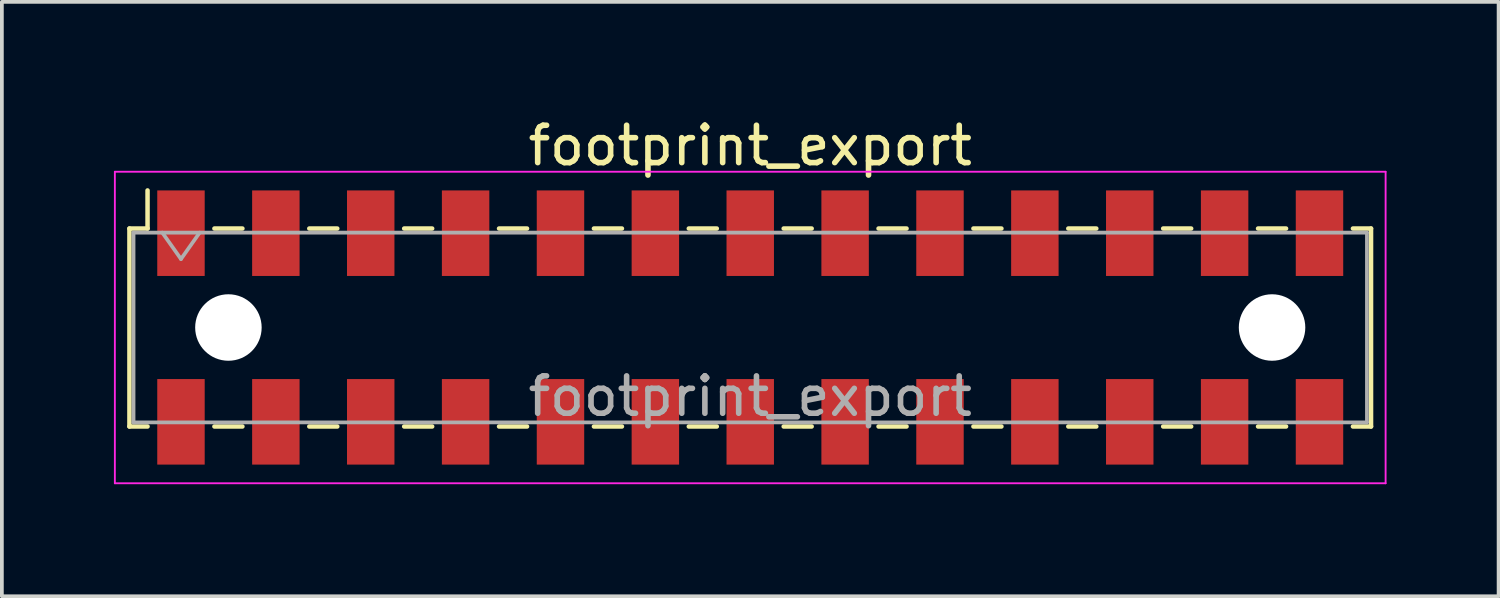
<source format=kicad_pcb>
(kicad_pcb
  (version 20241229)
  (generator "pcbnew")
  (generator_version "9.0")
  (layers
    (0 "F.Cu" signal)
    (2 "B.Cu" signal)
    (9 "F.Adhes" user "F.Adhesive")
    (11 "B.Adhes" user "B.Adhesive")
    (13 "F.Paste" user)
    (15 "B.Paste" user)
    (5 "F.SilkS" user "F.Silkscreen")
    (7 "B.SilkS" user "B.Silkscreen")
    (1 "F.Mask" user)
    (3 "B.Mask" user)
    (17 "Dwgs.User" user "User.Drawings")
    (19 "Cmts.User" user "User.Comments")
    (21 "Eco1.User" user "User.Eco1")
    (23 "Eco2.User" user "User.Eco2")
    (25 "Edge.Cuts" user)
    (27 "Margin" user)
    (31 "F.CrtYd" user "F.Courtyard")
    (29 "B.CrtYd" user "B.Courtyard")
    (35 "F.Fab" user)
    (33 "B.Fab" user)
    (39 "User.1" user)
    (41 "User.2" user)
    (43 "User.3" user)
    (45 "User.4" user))
  (footprint "footprint_export"
    (layer "F.Cu")
    (at 17.035 5.718)
    (property "Reference" "footprint_export" (at 0 -4.87 0) (layer "F.SilkS") (effects (font (size 1 1) (thickness 0.15))))
    (attr smd)
    (fp_line (start -16.62 -2.65) (end -16.62 2.65) (stroke (width 0.12) (type solid)) (layer "F.SilkS"))
    (fp_line (start -16.62 2.65) (end -16.135 2.65) (stroke (width 0.12) (type solid)) (layer "F.SilkS"))
    (fp_line (start -16.135 -3.67) (end -16.135 -2.65) (stroke (width 0.12) (type solid)) (layer "F.SilkS"))
    (fp_line (start -16.135 -2.65) (end -16.62 -2.65) (stroke (width 0.12) (type solid)) (layer "F.SilkS"))
    (fp_line (start -14.345 -2.65) (end -13.595 -2.65) (stroke (width 0.12) (type solid)) (layer "F.SilkS"))
    (fp_line (start -14.345 2.65) (end -13.595 2.65) (stroke (width 0.12) (type solid)) (layer "F.SilkS"))
    (fp_line (start -11.805 -2.65) (end -11.055 -2.65) (stroke (width 0.12) (type solid)) (layer "F.SilkS"))
    (fp_line (start -11.805 2.65) (end -11.055 2.65) (stroke (width 0.12) (type solid)) (layer "F.SilkS"))
    (fp_line (start -9.265 -2.65) (end -8.515 -2.65) (stroke (width 0.12) (type solid)) (layer "F.SilkS"))
    (fp_line (start -9.265 2.65) (end -8.515 2.65) (stroke (width 0.12) (type solid)) (layer "F.SilkS"))
    (fp_line (start -6.725 -2.65) (end -5.975 -2.65) (stroke (width 0.12) (type solid)) (layer "F.SilkS"))
    (fp_line (start -6.725 2.65) (end -5.975 2.65) (stroke (width 0.12) (type solid)) (layer "F.SilkS"))
    (fp_line (start -4.185 -2.65) (end -3.435 -2.65) (stroke (width 0.12) (type solid)) (layer "F.SilkS"))
    (fp_line (start -4.185 2.65) (end -3.435 2.65) (stroke (width 0.12) (type solid)) (layer "F.SilkS"))
    (fp_line (start -1.645 -2.65) (end -0.895 -2.65) (stroke (width 0.12) (type solid)) (layer "F.SilkS"))
    (fp_line (start -1.645 2.65) (end -0.895 2.65) (stroke (width 0.12) (type solid)) (layer "F.SilkS"))
    (fp_line (start 0.895 -2.65) (end 1.645 -2.65) (stroke (width 0.12) (type solid)) (layer "F.SilkS"))
    (fp_line (start 0.895 2.65) (end 1.645 2.65) (stroke (width 0.12) (type solid)) (layer "F.SilkS"))
    (fp_line (start 3.435 -2.65) (end 4.185 -2.65) (stroke (width 0.12) (type solid)) (layer "F.SilkS"))
    (fp_line (start 3.435 2.65) (end 4.185 2.65) (stroke (width 0.12) (type solid)) (layer "F.SilkS"))
    (fp_line (start 5.975 -2.65) (end 6.725 -2.65) (stroke (width 0.12) (type solid)) (layer "F.SilkS"))
    (fp_line (start 5.975 2.65) (end 6.725 2.65) (stroke (width 0.12) (type solid)) (layer "F.SilkS"))
    (fp_line (start 8.515 -2.65) (end 9.265 -2.65) (stroke (width 0.12) (type solid)) (layer "F.SilkS"))
    (fp_line (start 8.515 2.65) (end 9.265 2.65) (stroke (width 0.12) (type solid)) (layer "F.SilkS"))
    (fp_line (start 11.055 -2.65) (end 11.805 -2.65) (stroke (width 0.12) (type solid)) (layer "F.SilkS"))
    (fp_line (start 11.055 2.65) (end 11.805 2.65) (stroke (width 0.12) (type solid)) (layer "F.SilkS"))
    (fp_line (start 13.595 -2.65) (end 14.345 -2.65) (stroke (width 0.12) (type solid)) (layer "F.SilkS"))
    (fp_line (start 13.595 2.65) (end 14.345 2.65) (stroke (width 0.12) (type solid)) (layer "F.SilkS"))
    (fp_line (start 16.135 -2.65) (end 16.62 -2.65) (stroke (width 0.12) (type solid)) (layer "F.SilkS"))
    (fp_line (start 16.62 -2.65) (end 16.62 2.65) (stroke (width 0.12) (type solid)) (layer "F.SilkS"))
    (fp_line (start 16.62 2.65) (end 16.135 2.65) (stroke (width 0.12) (type solid)) (layer "F.SilkS"))
    (fp_line (start -17.01 -4.17) (end 17.01 -4.17) (stroke (width 0.05) (type solid)) (layer "F.CrtYd"))
    (fp_line (start -17.01 4.17) (end -17.01 -4.17) (stroke (width 0.05) (type solid)) (layer "F.CrtYd"))
    (fp_line (start 17.01 -4.17) (end 17.01 4.17) (stroke (width 0.05) (type solid)) (layer "F.CrtYd"))
    (fp_line (start 17.01 4.17) (end -17.01 4.17) (stroke (width 0.05) (type solid)) (layer "F.CrtYd"))
    (fp_line (start -16.51 -2.54) (end 16.51 -2.54) (stroke (width 0.1) (type solid)) (layer "F.Fab"))
    (fp_line (start -16.51 2.54) (end -16.51 -2.54) (stroke (width 0.1) (type solid)) (layer "F.Fab"))
    (fp_line (start -15.74 -2.54) (end -15.24 -1.833) (stroke (width 0.1) (type solid)) (layer "F.Fab"))
    (fp_line (start -15.24 -1.833) (end -14.74 -2.54) (stroke (width 0.1) (type solid)) (layer "F.Fab"))
    (fp_line (start 16.51 -2.54) (end 16.51 2.54) (stroke (width 0.1) (type solid)) (layer "F.Fab"))
    (fp_line (start 16.51 2.54) (end -16.51 2.54) (stroke (width 0.1) (type solid)) (layer "F.Fab"))
    (fp_text user "${REFERENCE}" (at 0 1.84 0) (layer "F.Fab") (effects (font (size 1 1) (thickness 0.15))))
    (pad "" np_thru_hole circle (at -13.97 0) (size 1.78 1.78) (drill 1.78) (layers "*.Cu" "*.Mask"))
    (pad "" np_thru_hole circle (at 13.97 0) (size 1.78 1.78) (drill 1.78) (layers "*.Cu" "*.Mask"))
    (pad "1" smd rect (at -15.24 -2.525) (size 1.27 2.29) (layers "F.Cu" "F.Mask" "F.Paste"))
    (pad "2" smd rect (at -15.24 2.525) (size 1.27 2.29) (layers "F.Cu" "F.Mask" "F.Paste"))
    (pad "3" smd rect (at -12.7 -2.525) (size 1.27 2.29) (layers "F.Cu" "F.Mask" "F.Paste"))
    (pad "4" smd rect (at -12.7 2.525) (size 1.27 2.29) (layers "F.Cu" "F.Mask" "F.Paste"))
    (pad "5" smd rect (at -10.16 -2.525) (size 1.27 2.29) (layers "F.Cu" "F.Mask" "F.Paste"))
    (pad "6" smd rect (at -10.16 2.525) (size 1.27 2.29) (layers "F.Cu" "F.Mask" "F.Paste"))
    (pad "7" smd rect (at -7.62 -2.525) (size 1.27 2.29) (layers "F.Cu" "F.Mask" "F.Paste"))
    (pad "8" smd rect (at -7.62 2.525) (size 1.27 2.29) (layers "F.Cu" "F.Mask" "F.Paste"))
    (pad "9" smd rect (at -5.08 -2.525) (size 1.27 2.29) (layers "F.Cu" "F.Mask" "F.Paste"))
    (pad "10" smd rect (at -5.08 2.525) (size 1.27 2.29) (layers "F.Cu" "F.Mask" "F.Paste"))
    (pad "11" smd rect (at -2.54 -2.525) (size 1.27 2.29) (layers "F.Cu" "F.Mask" "F.Paste"))
    (pad "12" smd rect (at -2.54 2.525) (size 1.27 2.29) (layers "F.Cu" "F.Mask" "F.Paste"))
    (pad "13" smd rect (at 0 -2.525) (size 1.27 2.29) (layers "F.Cu" "F.Mask" "F.Paste"))
    (pad "14" smd rect (at 0 2.525) (size 1.27 2.29) (layers "F.Cu" "F.Mask" "F.Paste"))
    (pad "15" smd rect (at 2.54 -2.525) (size 1.27 2.29) (layers "F.Cu" "F.Mask" "F.Paste"))
    (pad "16" smd rect (at 2.54 2.525) (size 1.27 2.29) (layers "F.Cu" "F.Mask" "F.Paste"))
    (pad "17" smd rect (at 5.08 -2.525) (size 1.27 2.29) (layers "F.Cu" "F.Mask" "F.Paste"))
    (pad "18" smd rect (at 5.08 2.525) (size 1.27 2.29) (layers "F.Cu" "F.Mask" "F.Paste"))
    (pad "19" smd rect (at 7.62 -2.525) (size 1.27 2.29) (layers "F.Cu" "F.Mask" "F.Paste"))
    (pad "20" smd rect (at 7.62 2.525) (size 1.27 2.29) (layers "F.Cu" "F.Mask" "F.Paste"))
    (pad "21" smd rect (at 10.16 -2.525) (size 1.27 2.29) (layers "F.Cu" "F.Mask" "F.Paste"))
    (pad "22" smd rect (at 10.16 2.525) (size 1.27 2.29) (layers "F.Cu" "F.Mask" "F.Paste"))
    (pad "23" smd rect (at 12.7 -2.525) (size 1.27 2.29) (layers "F.Cu" "F.Mask" "F.Paste"))
    (pad "24" smd rect (at 12.7 2.525) (size 1.27 2.29) (layers "F.Cu" "F.Mask" "F.Paste"))
    (pad "25" smd rect (at 15.24 -2.525) (size 1.27 2.29) (layers "F.Cu" "F.Mask" "F.Paste"))
    (pad "26" smd rect (at 15.24 2.525) (size 1.27 2.29) (layers "F.Cu" "F.Mask" "F.Paste")))
  (gr_rect
    (start -3 -3)
    (end 37.07 12.913)
    (stroke (width 0.1) (type default))
    (fill no)
    (layer "Edge.Cuts")))
</source>
